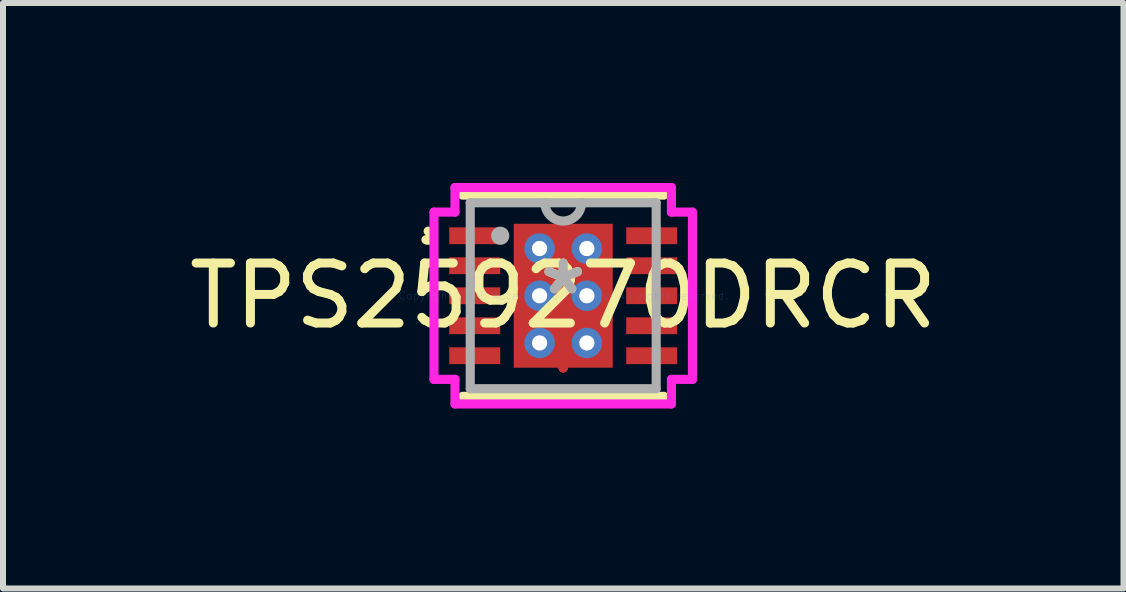
<source format=kicad_pcb>
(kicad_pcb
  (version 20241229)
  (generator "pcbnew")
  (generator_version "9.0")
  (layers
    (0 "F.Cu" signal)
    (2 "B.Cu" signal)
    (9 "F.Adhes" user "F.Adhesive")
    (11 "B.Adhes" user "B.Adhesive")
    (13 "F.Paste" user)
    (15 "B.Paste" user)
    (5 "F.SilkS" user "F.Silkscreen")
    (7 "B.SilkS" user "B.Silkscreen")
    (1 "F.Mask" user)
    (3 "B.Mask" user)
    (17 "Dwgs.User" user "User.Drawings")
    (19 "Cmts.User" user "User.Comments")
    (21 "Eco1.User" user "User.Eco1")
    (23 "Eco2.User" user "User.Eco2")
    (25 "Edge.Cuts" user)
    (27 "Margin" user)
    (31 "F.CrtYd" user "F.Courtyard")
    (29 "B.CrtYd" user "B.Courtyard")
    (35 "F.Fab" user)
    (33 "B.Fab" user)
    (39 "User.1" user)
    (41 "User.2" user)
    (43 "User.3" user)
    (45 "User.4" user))
  (footprint "TPS259270DRCR"
    (layer "F.Cu")
    (at 6.339 1.88)
    (property "Reference" "TPS259270DRCR" (at 0 0 0) (layer "F.SilkS") (effects (font (size 1 1) (thickness 0.15))))
    (attr through_hole)
    (fp_line (start 0 -1.2) (end 0 -1.2) (stroke (width 0.152) (type solid)) (layer "F.Cu"))
    (fp_line (start 0 -1.2) (end 0 -1.2) (stroke (width 0.152) (type solid)) (layer "F.Cu"))
    (fp_line (start 0 -1.2) (end 0 -1.2) (stroke (width 0.152) (type solid)) (layer "F.Cu"))
    (fp_line (start 0 -1.2) (end 0 -1.2) (stroke (width 0.152) (type solid)) (layer "F.Cu"))
    (fp_line (start 0 -1.2) (end 0 -1.2) (stroke (width 0.152) (type solid)) (layer "F.Cu"))
    (fp_line (start 0 -1.2) (end 0 -1.2) (stroke (width 0.152) (type solid)) (layer "F.Cu"))
    (fp_line (start 0 -1.2) (end 0 -1.2) (stroke (width 0.152) (type solid)) (layer "F.Cu"))
    (fp_line (start 0 -1.2) (end 0 -1.2) (stroke (width 0.152) (type solid)) (layer "F.Cu"))
    (fp_line (start 0 1.2) (end 0 1.2) (stroke (width 0.152) (type solid)) (layer "F.Cu"))
    (fp_line (start 0 1.2) (end 0 1.2) (stroke (width 0.152) (type solid)) (layer "F.Cu"))
    (fp_line (start 0 1.2) (end 0 1.2) (stroke (width 0.152) (type solid)) (layer "F.Cu"))
    (fp_line (start 0 1.2) (end 0 1.2) (stroke (width 0.152) (type solid)) (layer "F.Cu"))
    (fp_line (start 0 1.2) (end 0 1.2) (stroke (width 0.152) (type solid)) (layer "F.Cu"))
    (fp_line (start 0 1.2) (end 0 1.2) (stroke (width 0.152) (type solid)) (layer "F.Cu"))
    (fp_line (start 0 1.2) (end 0 1.2) (stroke (width 0.152) (type solid)) (layer "F.Cu"))
    (fp_line (start 0 1.2) (end 0 1.2) (stroke (width 0.152) (type solid)) (layer "F.Cu"))
    (fp_line (start -0.888 -1.264) (end -0.594 -1.264) (stroke (width 0.152) (type solid)) (layer "F.Mask"))
    (fp_line (start -0.888 -1.264) (end 0.888 -1.264) (stroke (width 0.152) (type solid)) (layer "F.Mask"))
    (fp_line (start -0.888 -0.987) (end -0.888 -1.264) (stroke (width 0.152) (type solid)) (layer "F.Mask"))
    (fp_line (start -0.888 -0.587) (end 0.888 -0.587) (stroke (width 0.152) (type solid)) (layer "F.Mask"))
    (fp_line (start -0.888 -0.2) (end -0.888 -0.587) (stroke (width 0.152) (type solid)) (layer "F.Mask"))
    (fp_line (start -0.888 0.2) (end 0.888 0.2) (stroke (width 0.152) (type solid)) (layer "F.Mask"))
    (fp_line (start -0.888 0.587) (end -0.888 0.2) (stroke (width 0.152) (type solid)) (layer "F.Mask"))
    (fp_line (start -0.888 0.987) (end 0.888 0.987) (stroke (width 0.152) (type solid)) (layer "F.Mask"))
    (fp_line (start -0.888 1.264) (end -0.888 -1.264) (stroke (width 0.152) (type solid)) (layer "F.Mask"))
    (fp_line (start -0.888 1.264) (end -0.888 0.987) (stroke (width 0.152) (type solid)) (layer "F.Mask"))
    (fp_line (start -0.594 -1.264) (end -0.594 1.264) (stroke (width 0.152) (type solid)) (layer "F.Mask"))
    (fp_line (start -0.594 1.264) (end -0.888 1.264) (stroke (width 0.152) (type solid)) (layer "F.Mask"))
    (fp_line (start -0.194 -1.264) (end -0.194 1.264) (stroke (width 0.152) (type solid)) (layer "F.Mask"))
    (fp_line (start -0.194 1.264) (end 0.194 1.264) (stroke (width 0.152) (type solid)) (layer "F.Mask"))
    (fp_line (start 0 -1.2) (end 0 -1.2) (stroke (width 0.152) (type solid)) (layer "F.Mask"))
    (fp_line (start 0 -1.2) (end 0 -1.2) (stroke (width 0.152) (type solid)) (layer "F.Mask"))
    (fp_line (start 0 -1.2) (end 0 -1.2) (stroke (width 0.152) (type solid)) (layer "F.Mask"))
    (fp_line (start 0 -1.2) (end 0 -1.2) (stroke (width 0.152) (type solid)) (layer "F.Mask"))
    (fp_line (start 0 -1.2) (end 0 -1.2) (stroke (width 0.152) (type solid)) (layer "F.Mask"))
    (fp_line (start 0 -1.2) (end 0 -1.2) (stroke (width 0.152) (type solid)) (layer "F.Mask"))
    (fp_line (start 0 -1.2) (end 0 -1.2) (stroke (width 0.152) (type solid)) (layer "F.Mask"))
    (fp_line (start 0 -1.2) (end 0 -1.2) (stroke (width 0.152) (type solid)) (layer "F.Mask"))
    (fp_line (start 0 1.2) (end 0 1.2) (stroke (width 0.152) (type solid)) (layer "F.Mask"))
    (fp_line (start 0 1.2) (end 0 1.2) (stroke (width 0.152) (type solid)) (layer "F.Mask"))
    (fp_line (start 0 1.2) (end 0 1.2) (stroke (width 0.152) (type solid)) (layer "F.Mask"))
    (fp_line (start 0 1.2) (end 0 1.2) (stroke (width 0.152) (type solid)) (layer "F.Mask"))
    (fp_line (start 0 1.2) (end 0 1.2) (stroke (width 0.152) (type solid)) (layer "F.Mask"))
    (fp_line (start 0 1.2) (end 0 1.2) (stroke (width 0.152) (type solid)) (layer "F.Mask"))
    (fp_line (start 0 1.2) (end 0 1.2) (stroke (width 0.152) (type solid)) (layer "F.Mask"))
    (fp_line (start 0 1.2) (end 0 1.2) (stroke (width 0.152) (type solid)) (layer "F.Mask"))
    (fp_line (start 0.194 -1.264) (end -0.194 -1.264) (stroke (width 0.152) (type solid)) (layer "F.Mask"))
    (fp_line (start 0.194 1.264) (end 0.194 -1.264) (stroke (width 0.152) (type solid)) (layer "F.Mask"))
    (fp_line (start 0.594 -1.264) (end 0.888 -1.264) (stroke (width 0.152) (type solid)) (layer "F.Mask"))
    (fp_line (start 0.594 1.264) (end 0.594 -1.264) (stroke (width 0.152) (type solid)) (layer "F.Mask"))
    (fp_line (start 0.888 -1.264) (end 0.888 -0.987) (stroke (width 0.152) (type solid)) (layer "F.Mask"))
    (fp_line (start 0.888 -1.264) (end 0.888 1.264) (stroke (width 0.152) (type solid)) (layer "F.Mask"))
    (fp_line (start 0.888 -0.987) (end -0.888 -0.987) (stroke (width 0.152) (type solid)) (layer "F.Mask"))
    (fp_line (start 0.888 -0.587) (end 0.888 -0.2) (stroke (width 0.152) (type solid)) (layer "F.Mask"))
    (fp_line (start 0.888 -0.2) (end -0.888 -0.2) (stroke (width 0.152) (type solid)) (layer "F.Mask"))
    (fp_line (start 0.888 0.2) (end 0.888 0.587) (stroke (width 0.152) (type solid)) (layer "F.Mask"))
    (fp_line (start 0.888 0.587) (end -0.888 0.587) (stroke (width 0.152) (type solid)) (layer "F.Mask"))
    (fp_line (start 0.888 0.987) (end 0.888 1.264) (stroke (width 0.152) (type solid)) (layer "F.Mask"))
    (fp_line (start 0.888 1.264) (end -0.888 1.264) (stroke (width 0.152) (type solid)) (layer "F.Mask"))
    (fp_line (start 0.888 1.264) (end 0.594 1.264) (stroke (width 0.152) (type solid)) (layer "F.Mask"))
    (fp_line (start -1.677 1.677) (end 1.677 1.677) (stroke (width 0.152) (type solid)) (layer "F.SilkS"))
    (fp_line (start 1.677 -1.677) (end -1.677 -1.677) (stroke (width 0.152) (type solid)) (layer "F.SilkS"))
    (fp_arc (start -2.2516 -1.0762) (mid -2.177771 -0.981141) (end -2.288144 -0.933135) (stroke (width 0.1524) (type solid)) (layer "F.SilkS"))
    (fp_line (start -0.75 -1.125) (end -0.75 -0.887) (stroke (width 0.152) (type solid)) (layer "F.Paste"))
    (fp_line (start -0.75 -0.887) (end -0.635 -0.887) (stroke (width 0.152) (type solid)) (layer "F.Paste"))
    (fp_line (start -0.75 -0.687) (end -0.75 -0.1) (stroke (width 0.152) (type solid)) (layer "F.Paste"))
    (fp_line (start -0.75 -0.1) (end -0.635 -0.1) (stroke (width 0.152) (type solid)) (layer "F.Paste"))
    (fp_line (start -0.75 0.1) (end -0.75 0.687) (stroke (width 0.152) (type solid)) (layer "F.Paste"))
    (fp_line (start -0.75 0.687) (end -0.635 0.687) (stroke (width 0.152) (type solid)) (layer "F.Paste"))
    (fp_line (start -0.75 0.887) (end -0.75 1.125) (stroke (width 0.152) (type solid)) (layer "F.Paste"))
    (fp_line (start -0.75 1.125) (end -0.494 1.125) (stroke (width 0.152) (type solid)) (layer "F.Paste"))
    (fp_line (start -0.635 -0.887) (end -0.635 -0.887) (stroke (width 0.152) (type solid)) (layer "F.Paste"))
    (fp_line (start -0.635 -0.887) (end -0.494 -1.029) (stroke (width 0.152) (type solid)) (layer "F.Paste"))
    (fp_line (start -0.635 -0.687) (end -0.75 -0.687) (stroke (width 0.152) (type solid)) (layer "F.Paste"))
    (fp_line (start -0.635 -0.687) (end -0.635 -0.687) (stroke (width 0.152) (type solid)) (layer "F.Paste"))
    (fp_line (start -0.635 -0.1) (end -0.635 -0.1) (stroke (width 0.152) (type solid)) (layer "F.Paste"))
    (fp_line (start -0.635 -0.1) (end -0.494 -0.241) (stroke (width 0.152) (type solid)) (layer "F.Paste"))
    (fp_line (start -0.635 0.1) (end -0.75 0.1) (stroke (width 0.152) (type solid)) (layer "F.Paste"))
    (fp_line (start -0.635 0.1) (end -0.635 0.1) (stroke (width 0.152) (type solid)) (layer "F.Paste"))
    (fp_line (start -0.635 0.687) (end -0.635 0.687) (stroke (width 0.152) (type solid)) (layer "F.Paste"))
    (fp_line (start -0.635 0.687) (end -0.494 0.546) (stroke (width 0.152) (type solid)) (layer "F.Paste"))
    (fp_line (start -0.635 0.887) (end -0.75 0.887) (stroke (width 0.152) (type solid)) (layer "F.Paste"))
    (fp_line (start -0.635 0.887) (end -0.635 0.887) (stroke (width 0.152) (type solid)) (layer "F.Paste"))
    (fp_line (start -0.494 -1.125) (end -0.75 -1.125) (stroke (width 0.152) (type solid)) (layer "F.Paste"))
    (fp_line (start -0.494 -1.029) (end -0.494 -1.125) (stroke (width 0.152) (type solid)) (layer "F.Paste"))
    (fp_line (start -0.494 -1.029) (end -0.494 -1.029) (stroke (width 0.152) (type solid)) (layer "F.Paste"))
    (fp_line (start -0.494 -0.546) (end -0.635 -0.687) (stroke (width 0.152) (type solid)) (layer "F.Paste"))
    (fp_line (start -0.494 -0.546) (end -0.494 -0.546) (stroke (width 0.152) (type solid)) (layer "F.Paste"))
    (fp_line (start -0.494 -0.241) (end -0.494 -0.546) (stroke (width 0.152) (type solid)) (layer "F.Paste"))
    (fp_line (start -0.494 -0.241) (end -0.494 -0.241) (stroke (width 0.152) (type solid)) (layer "F.Paste"))
    (fp_line (start -0.494 0.241) (end -0.635 0.1) (stroke (width 0.152) (type solid)) (layer "F.Paste"))
    (fp_line (start -0.494 0.241) (end -0.494 0.241) (stroke (width 0.152) (type solid)) (layer "F.Paste"))
    (fp_line (start -0.494 0.546) (end -0.494 0.241) (stroke (width 0.152) (type solid)) (layer "F.Paste"))
    (fp_line (start -0.494 0.546) (end -0.494 0.546) (stroke (width 0.152) (type solid)) (layer "F.Paste"))
    (fp_line (start -0.494 1.029) (end -0.635 0.887) (stroke (width 0.152) (type solid)) (layer "F.Paste"))
    (fp_line (start -0.494 1.029) (end -0.494 1.029) (stroke (width 0.152) (type solid)) (layer "F.Paste"))
    (fp_line (start -0.494 1.125) (end -0.494 1.029) (stroke (width 0.152) (type solid)) (layer "F.Paste"))
    (fp_line (start -0.294 -1.125) (end -0.294 -1.029) (stroke (width 0.152) (type solid)) (layer "F.Paste"))
    (fp_line (start -0.294 -1.029) (end -0.294 -1.029) (stroke (width 0.152) (type solid)) (layer "F.Paste"))
    (fp_line (start -0.294 -1.029) (end -0.152 -0.887) (stroke (width 0.152) (type solid)) (layer "F.Paste"))
    (fp_line (start -0.294 -0.546) (end -0.294 -0.546) (stroke (width 0.152) (type solid)) (layer "F.Paste"))
    (fp_line (start -0.294 -0.546) (end -0.294 -0.241) (stroke (width 0.152) (type solid)) (layer "F.Paste"))
    (fp_line (start -0.294 -0.241) (end -0.294 -0.241) (stroke (width 0.152) (type solid)) (layer "F.Paste"))
    (fp_line (start -0.294 -0.241) (end -0.152 -0.1) (stroke (width 0.152) (type solid)) (layer "F.Paste"))
    (fp_line (start -0.294 0.241) (end -0.294 0.241) (stroke (width 0.152) (type solid)) (layer "F.Paste"))
    (fp_line (start -0.294 0.241) (end -0.294 0.546) (stroke (width 0.152) (type solid)) (layer "F.Paste"))
    (fp_line (start -0.294 0.546) (end -0.294 0.546) (stroke (width 0.152) (type solid)) (layer "F.Paste"))
    (fp_line (start -0.294 0.546) (end -0.152 0.687) (stroke (width 0.152) (type solid)) (layer "F.Paste"))
    (fp_line (start -0.294 1.029) (end -0.294 1.029) (stroke (width 0.152) (type solid)) (layer "F.Paste"))
    (fp_line (start -0.294 1.029) (end -0.294 1.125) (stroke (width 0.152) (type solid)) (layer "F.Paste"))
    (fp_line (start -0.294 1.125) (end 0.294 1.125) (stroke (width 0.152) (type solid)) (layer "F.Paste"))
    (fp_line (start -0.152 -0.887) (end -0.152 -0.887) (stroke (width 0.152) (type solid)) (layer "F.Paste"))
    (fp_line (start -0.152 -0.887) (end 0.152 -0.887) (stroke (width 0.152) (type solid)) (layer "F.Paste"))
    (fp_line (start -0.152 -0.687) (end -0.294 -0.546) (stroke (width 0.152) (type solid)) (layer "F.Paste"))
    (fp_line (start -0.152 -0.687) (end -0.152 -0.687) (stroke (width 0.152) (type solid)) (layer "F.Paste"))
    (fp_line (start -0.152 -0.1) (end -0.152 -0.1) (stroke (width 0.152) (type solid)) (layer "F.Paste"))
    (fp_line (start -0.152 -0.1) (end 0.152 -0.1) (stroke (width 0.152) (type solid)) (layer "F.Paste"))
    (fp_line (start -0.152 0.1) (end -0.294 0.241) (stroke (width 0.152) (type solid)) (layer "F.Paste"))
    (fp_line (start -0.152 0.1) (end -0.152 0.1) (stroke (width 0.152) (type solid)) (layer "F.Paste"))
    (fp_line (start -0.152 0.687) (end -0.152 0.687) (stroke (width 0.152) (type solid)) (layer "F.Paste"))
    (fp_line (start -0.152 0.687) (end 0.152 0.687) (stroke (width 0.152) (type solid)) (layer "F.Paste"))
    (fp_line (start -0.152 0.887) (end -0.294 1.029) (stroke (width 0.152) (type solid)) (layer "F.Paste"))
    (fp_line (start -0.152 0.887) (end -0.152 0.887) (stroke (width 0.152) (type solid)) (layer "F.Paste"))
    (fp_line (start 0.152 -0.887) (end 0.152 -0.887) (stroke (width 0.152) (type solid)) (layer "F.Paste"))
    (fp_line (start 0.152 -0.887) (end 0.294 -1.029) (stroke (width 0.152) (type solid)) (layer "F.Paste"))
    (fp_line (start 0.152 -0.687) (end -0.152 -0.687) (stroke (width 0.152) (type solid)) (layer "F.Paste"))
    (fp_line (start 0.152 -0.687) (end 0.152 -0.687) (stroke (width 0.152) (type solid)) (layer "F.Paste"))
    (fp_line (start 0.152 -0.1) (end 0.152 -0.1) (stroke (width 0.152) (type solid)) (layer "F.Paste"))
    (fp_line (start 0.152 -0.1) (end 0.294 -0.241) (stroke (width 0.152) (type solid)) (layer "F.Paste"))
    (fp_line (start 0.152 0.1) (end -0.152 0.1) (stroke (width 0.152) (type solid)) (layer "F.Paste"))
    (fp_line (start 0.152 0.1) (end 0.152 0.1) (stroke (width 0.152) (type solid)) (layer "F.Paste"))
    (fp_line (start 0.152 0.687) (end 0.152 0.687) (stroke (width 0.152) (type solid)) (layer "F.Paste"))
    (fp_line (start 0.152 0.687) (end 0.294 0.546) (stroke (width 0.152) (type solid)) (layer "F.Paste"))
    (fp_line (start 0.152 0.887) (end -0.152 0.887) (stroke (width 0.152) (type solid)) (layer "F.Paste"))
    (fp_line (start 0.152 0.887) (end 0.152 0.887) (stroke (width 0.152) (type solid)) (layer "F.Paste"))
    (fp_line (start 0.294 -1.125) (end -0.294 -1.125) (stroke (width 0.152) (type solid)) (layer "F.Paste"))
    (fp_line (start 0.294 -1.029) (end 0.294 -1.125) (stroke (width 0.152) (type solid)) (layer "F.Paste"))
    (fp_line (start 0.294 -1.029) (end 0.294 -1.029) (stroke (width 0.152) (type solid)) (layer "F.Paste"))
    (fp_line (start 0.294 -0.546) (end 0.152 -0.687) (stroke (width 0.152) (type solid)) (layer "F.Paste"))
    (fp_line (start 0.294 -0.546) (end 0.294 -0.546) (stroke (width 0.152) (type solid)) (layer "F.Paste"))
    (fp_line (start 0.294 -0.241) (end 0.294 -0.546) (stroke (width 0.152) (type solid)) (layer "F.Paste"))
    (fp_line (start 0.294 -0.241) (end 0.294 -0.241) (stroke (width 0.152) (type solid)) (layer "F.Paste"))
    (fp_line (start 0.294 0.241) (end 0.152 0.1) (stroke (width 0.152) (type solid)) (layer "F.Paste"))
    (fp_line (start 0.294 0.241) (end 0.294 0.241) (stroke (width 0.152) (type solid)) (layer "F.Paste"))
    (fp_line (start 0.294 0.546) (end 0.294 0.241) (stroke (width 0.152) (type solid)) (layer "F.Paste"))
    (fp_line (start 0.294 0.546) (end 0.294 0.546) (stroke (width 0.152) (type solid)) (layer "F.Paste"))
    (fp_line (start 0.294 1.029) (end 0.152 0.887) (stroke (width 0.152) (type solid)) (layer "F.Paste"))
    (fp_line (start 0.294 1.029) (end 0.294 1.029) (stroke (width 0.152) (type solid)) (layer "F.Paste"))
    (fp_line (start 0.294 1.125) (end 0.294 1.029) (stroke (width 0.152) (type solid)) (layer "F.Paste"))
    (fp_line (start 0.494 -1.125) (end 0.494 -1.029) (stroke (width 0.152) (type solid)) (layer "F.Paste"))
    (fp_line (start 0.494 -1.029) (end 0.494 -1.029) (stroke (width 0.152) (type solid)) (layer "F.Paste"))
    (fp_line (start 0.494 -1.029) (end 0.635 -0.887) (stroke (width 0.152) (type solid)) (layer "F.Paste"))
    (fp_line (start 0.494 -0.546) (end 0.494 -0.546) (stroke (width 0.152) (type solid)) (layer "F.Paste"))
    (fp_line (start 0.494 -0.546) (end 0.494 -0.241) (stroke (width 0.152) (type solid)) (layer "F.Paste"))
    (fp_line (start 0.494 -0.241) (end 0.494 -0.241) (stroke (width 0.152) (type solid)) (layer "F.Paste"))
    (fp_line (start 0.494 -0.241) (end 0.635 -0.1) (stroke (width 0.152) (type solid)) (layer "F.Paste"))
    (fp_line (start 0.494 0.241) (end 0.494 0.241) (stroke (width 0.152) (type solid)) (layer "F.Paste"))
    (fp_line (start 0.494 0.241) (end 0.494 0.546) (stroke (width 0.152) (type solid)) (layer "F.Paste"))
    (fp_line (start 0.494 0.546) (end 0.494 0.546) (stroke (width 0.152) (type solid)) (layer "F.Paste"))
    (fp_line (start 0.494 0.546) (end 0.635 0.687) (stroke (width 0.152) (type solid)) (layer "F.Paste"))
    (fp_line (start 0.494 1.029) (end 0.494 1.029) (stroke (width 0.152) (type solid)) (layer "F.Paste"))
    (fp_line (start 0.494 1.029) (end 0.494 1.125) (stroke (width 0.152) (type solid)) (layer "F.Paste"))
    (fp_line (start 0.494 1.125) (end 0.75 1.125) (stroke (width 0.152) (type solid)) (layer "F.Paste"))
    (fp_line (start 0.635 -0.887) (end 0.635 -0.887) (stroke (width 0.152) (type solid)) (layer "F.Paste"))
    (fp_line (start 0.635 -0.887) (end 0.75 -0.887) (stroke (width 0.152) (type solid)) (layer "F.Paste"))
    (fp_line (start 0.635 -0.687) (end 0.494 -0.546) (stroke (width 0.152) (type solid)) (layer "F.Paste"))
    (fp_line (start 0.635 -0.687) (end 0.635 -0.687) (stroke (width 0.152) (type solid)) (layer "F.Paste"))
    (fp_line (start 0.635 -0.1) (end 0.635 -0.1) (stroke (width 0.152) (type solid)) (layer "F.Paste"))
    (fp_line (start 0.635 -0.1) (end 0.75 -0.1) (stroke (width 0.152) (type solid)) (layer "F.Paste"))
    (fp_line (start 0.635 0.1) (end 0.494 0.241) (stroke (width 0.152) (type solid)) (layer "F.Paste"))
    (fp_line (start 0.635 0.1) (end 0.635 0.1) (stroke (width 0.152) (type solid)) (layer "F.Paste"))
    (fp_line (start 0.635 0.687) (end 0.635 0.687) (stroke (width 0.152) (type solid)) (layer "F.Paste"))
    (fp_line (start 0.635 0.687) (end 0.75 0.687) (stroke (width 0.152) (type solid)) (layer "F.Paste"))
    (fp_line (start 0.635 0.887) (end 0.494 1.029) (stroke (width 0.152) (type solid)) (layer "F.Paste"))
    (fp_line (start 0.635 0.887) (end 0.635 0.887) (stroke (width 0.152) (type solid)) (layer "F.Paste"))
    (fp_line (start 0.75 -1.125) (end 0.494 -1.125) (stroke (width 0.152) (type solid)) (layer "F.Paste"))
    (fp_line (start 0.75 -0.887) (end 0.75 -1.125) (stroke (width 0.152) (type solid)) (layer "F.Paste"))
    (fp_line (start 0.75 -0.687) (end 0.635 -0.687) (stroke (width 0.152) (type solid)) (layer "F.Paste"))
    (fp_line (start 0.75 -0.1) (end 0.75 -0.687) (stroke (width 0.152) (type solid)) (layer "F.Paste"))
    (fp_line (start 0.75 0.1) (end 0.635 0.1) (stroke (width 0.152) (type solid)) (layer "F.Paste"))
    (fp_line (start 0.75 0.687) (end 0.75 0.1) (stroke (width 0.152) (type solid)) (layer "F.Paste"))
    (fp_line (start 0.75 0.887) (end 0.635 0.887) (stroke (width 0.152) (type solid)) (layer "F.Paste"))
    (fp_line (start 0.75 1.125) (end 0.75 0.887) (stroke (width 0.152) (type solid)) (layer "F.Paste"))
    (fp_line (start -2.154 -1.394) (end -1.804 -1.394) (stroke (width 0.152) (type solid)) (layer "F.CrtYd"))
    (fp_line (start -2.154 1.394) (end -2.154 -1.394) (stroke (width 0.152) (type solid)) (layer "F.CrtYd"))
    (fp_line (start -1.804 -1.804) (end 1.804 -1.804) (stroke (width 0.152) (type solid)) (layer "F.CrtYd"))
    (fp_line (start -1.804 -1.394) (end -1.804 -1.804) (stroke (width 0.152) (type solid)) (layer "F.CrtYd"))
    (fp_line (start -1.804 1.394) (end -2.154 1.394) (stroke (width 0.152) (type solid)) (layer "F.CrtYd"))
    (fp_line (start -1.804 1.804) (end -1.804 1.394) (stroke (width 0.152) (type solid)) (layer "F.CrtYd"))
    (fp_line (start 1.804 -1.804) (end 1.804 -1.394) (stroke (width 0.152) (type solid)) (layer "F.CrtYd"))
    (fp_line (start 1.804 -1.394) (end 2.154 -1.394) (stroke (width 0.152) (type solid)) (layer "F.CrtYd"))
    (fp_line (start 1.804 1.394) (end 1.804 1.804) (stroke (width 0.152) (type solid)) (layer "F.CrtYd"))
    (fp_line (start 1.804 1.804) (end -1.804 1.804) (stroke (width 0.152) (type solid)) (layer "F.CrtYd"))
    (fp_line (start 2.154 -1.394) (end 2.154 1.394) (stroke (width 0.152) (type solid)) (layer "F.CrtYd"))
    (fp_line (start 2.154 1.394) (end 1.804 1.394) (stroke (width 0.152) (type solid)) (layer "F.CrtYd"))
    (fp_line (start -1.55 -1.55) (end -1.55 1.55) (stroke (width 0.152) (type solid)) (layer "F.Fab"))
    (fp_line (start -1.55 1.55) (end 1.55 1.55) (stroke (width 0.152) (type solid)) (layer "F.Fab"))
    (fp_line (start 1.55 -1.55) (end -1.55 -1.55) (stroke (width 0.152) (type solid)) (layer "F.Fab"))
    (fp_line (start 1.55 1.55) (end 1.55 -1.55) (stroke (width 0.152) (type solid)) (layer "F.Fab"))
    (fp_arc (start 0.3048 -1.549999) (mid 0 -1.245199) (end -0.3048 -1.549999) (stroke (width 0.1524) (type solid)) (layer "F.Fab"))
    (fp_circle (center -1.05 -1) (end -0.974 -1) (stroke (width 0.152) (type solid)) (fill no) (layer "F.Fab"))
    (fp_text user "*" (at 0 0 0) (layer "F.SilkS") (effects (font (size 1 1) (thickness 0.15))))
    (fp_text user "Copyright 2016 Accelerated Designs. All rights reserved." (at 0 0 0) (layer "Cmts.User") (effects (font (size 0.127 0.127) (thickness 0.002))))
    (fp_text user "*" (at 0 0 0) (layer "F.Fab") (effects (font (size 1 1) (thickness 0.15))))
    (pad "1" smd rect (at -1.475 -1) (size 0.85 0.28) (layers "F.Cu" "F.Mask" "F.Paste"))
    (pad "2" smd rect (at -1.475 -0.5) (size 0.85 0.28) (layers "F.Cu" "F.Mask" "F.Paste"))
    (pad "3" smd rect (at -1.475 0) (size 0.85 0.28) (layers "F.Cu" "F.Mask" "F.Paste"))
    (pad "4" smd rect (at -1.475 0.5) (size 0.85 0.28) (layers "F.Cu" "F.Mask" "F.Paste"))
    (pad "5" smd rect (at -1.475 1) (size 0.85 0.28) (layers "F.Cu" "F.Mask" "F.Paste"))
    (pad "6" smd rect (at 1.475 1) (size 0.85 0.28) (layers "F.Cu" "F.Mask" "F.Paste"))
    (pad "7" smd rect (at 1.475 0.5) (size 0.85 0.28) (layers "F.Cu" "F.Mask" "F.Paste"))
    (pad "8" smd rect (at 1.475 0) (size 0.85 0.28) (layers "F.Cu" "F.Mask" "F.Paste"))
    (pad "9" smd rect (at 1.475 -0.5) (size 0.85 0.28) (layers "F.Cu" "F.Mask" "F.Paste"))
    (pad "10" smd rect (at 1.475 -1) (size 0.85 0.28) (layers "F.Cu" "F.Mask" "F.Paste"))
    (pad "11" smd rect (at 0 0) (size 1.65 2.4) (layers "F.Cu" "F.Mask" "F.Paste"))
    (pad "V" thru_hole circle (at -0.394 -0.787) (size 0.508 0.508) (drill 0.254) (layers "*.Cu" "*.Mask"))
    (pad "V" thru_hole circle (at -0.394 0) (size 0.508 0.508) (drill 0.254) (layers "*.Cu" "*.Mask"))
    (pad "V" thru_hole circle (at -0.394 0.787) (size 0.508 0.508) (drill 0.254) (layers "*.Cu" "*.Mask"))
    (pad "V" thru_hole circle (at 0.394 -0.787) (size 0.508 0.508) (drill 0.254) (layers "*.Cu" "*.Mask"))
    (pad "V" thru_hole circle (at 0.394 0) (size 0.508 0.508) (drill 0.254) (layers "*.Cu" "*.Mask"))
    (pad "V" thru_hole circle (at 0.394 0.787) (size 0.508 0.508) (drill 0.254) (layers "*.Cu" "*.Mask")))
  (gr_rect
    (start -3 -3)
    (end 15.679 6.76)
    (stroke (width 0.1) (type default))
    (fill no)
    (layer "Edge.Cuts")))
</source>
